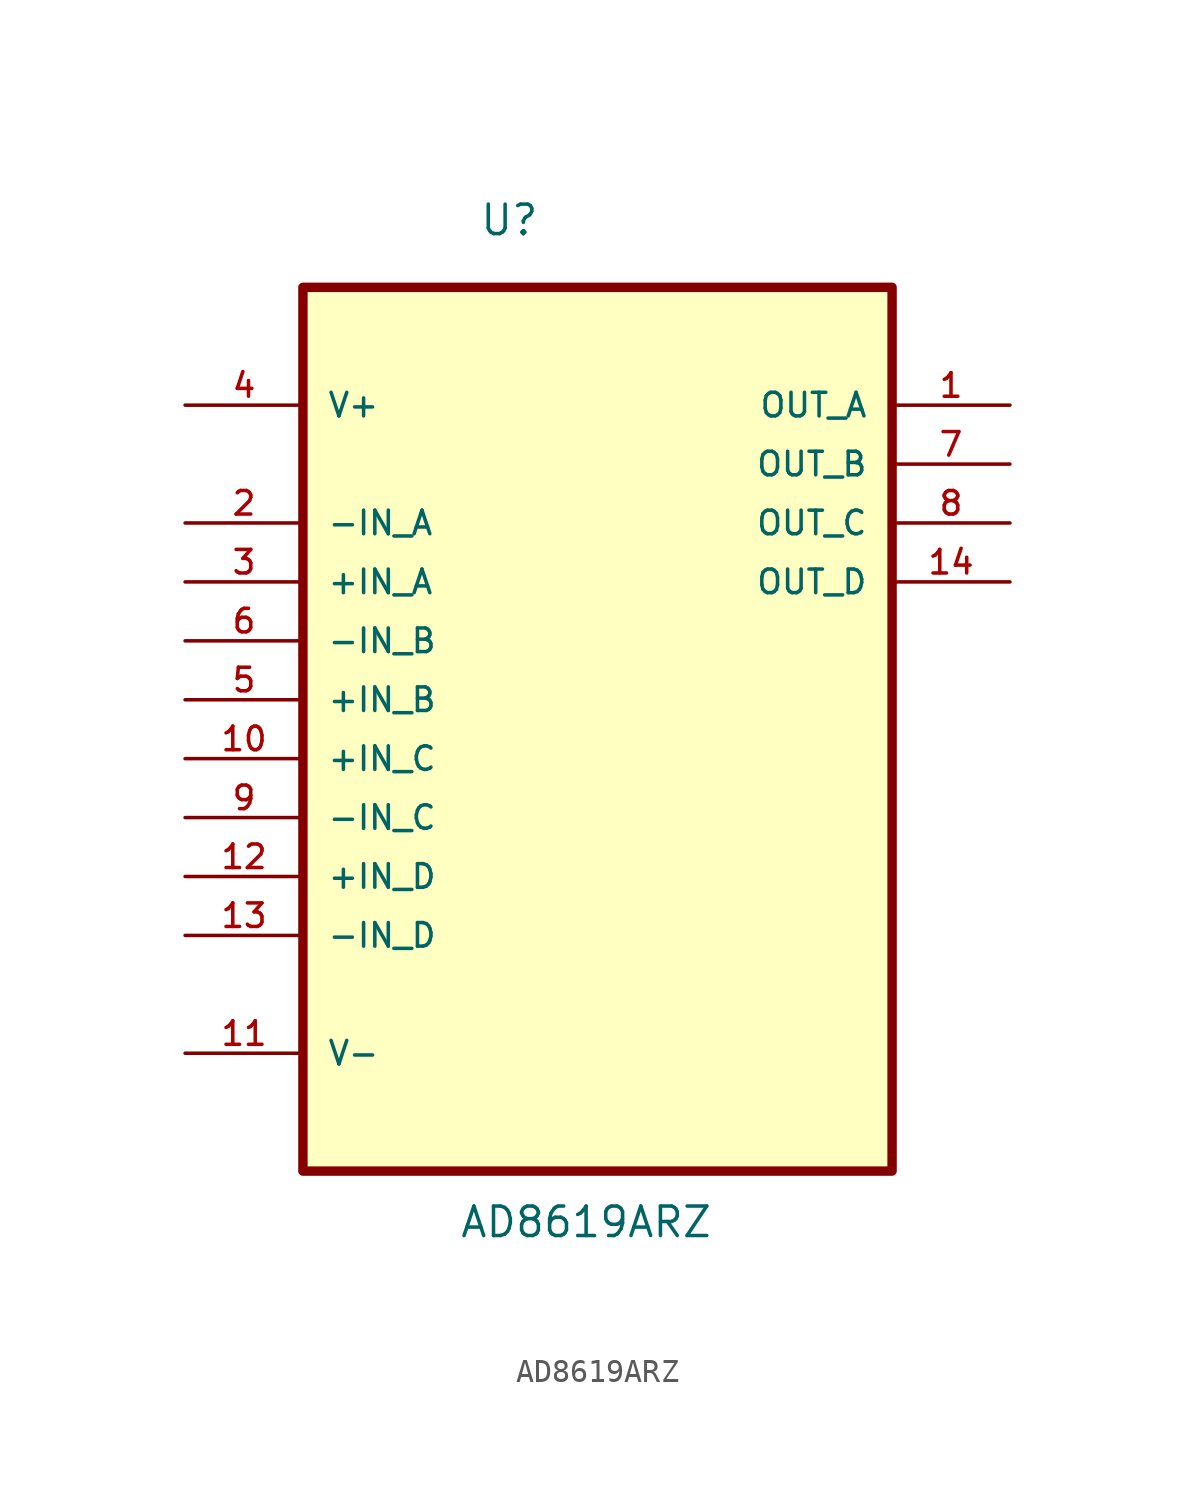
<source format=kicad_sym>
(kicad_symbol_lib
  (version 20211014)
  (generator kicad_symbol_editor)
  (symbol "AD8619ARZ"
    (pin_names
      (offset 1.016))
    (property "Reference" "U"
      (at -5.111 17.394 0.0)
      (effects (font (size 1.27 1.27)) (justify bottom left)))
    (property "Value" "AD8619ARZ"
      (at -5.974 -25.801 0.0)
      (effects (font (size 1.27 1.27)) (justify bottom left)))
    (symbol "AD8619ARZ_0_0"
      (rectangle (start -12.7 -22.86) (end 12.7 15.24) (stroke (width 0.406)) (fill (type background)))
      (pin power_in line (at -17.78 10.16 0) (length 5.08) (name "V+" (effects (font (size 1.016 1.016)))) (number "4" (effects (font (size 1.016 1.016)))))
      (pin input line (at -17.78 5.08 0) (length 5.08) (name "-IN_A" (effects (font (size 1.016 1.016)))) (number "2" (effects (font (size 1.016 1.016)))))
      (pin input line (at -17.78 2.54 0) (length 5.08) (name "+IN_A" (effects (font (size 1.016 1.016)))) (number "3" (effects (font (size 1.016 1.016)))))
      (pin input line (at -17.78 0.0 0) (length 5.08) (name "-IN_B" (effects (font (size 1.016 1.016)))) (number "6" (effects (font (size 1.016 1.016)))))
      (pin input line (at -17.78 -2.54 0) (length 5.08) (name "+IN_B" (effects (font (size 1.016 1.016)))) (number "5" (effects (font (size 1.016 1.016)))))
      (pin input line (at -17.78 -5.08 0) (length 5.08) (name "+IN_C" (effects (font (size 1.016 1.016)))) (number "10" (effects (font (size 1.016 1.016)))))
      (pin input line (at -17.78 -7.62 0) (length 5.08) (name "-IN_C" (effects (font (size 1.016 1.016)))) (number "9" (effects (font (size 1.016 1.016)))))
      (pin input line (at -17.78 -10.16 0) (length 5.08) (name "+IN_D" (effects (font (size 1.016 1.016)))) (number "12" (effects (font (size 1.016 1.016)))))
      (pin input line (at -17.78 -12.7 0) (length 5.08) (name "-IN_D" (effects (font (size 1.016 1.016)))) (number "13" (effects (font (size 1.016 1.016)))))
      (pin power_in line (at -17.78 -17.78 0) (length 5.08) (name "V-" (effects (font (size 1.016 1.016)))) (number "11" (effects (font (size 1.016 1.016)))))
      (pin output line (at 17.78 10.16 180.0) (length 5.08) (name "OUT_A" (effects (font (size 1.016 1.016)))) (number "1" (effects (font (size 1.016 1.016)))))
      (pin output line (at 17.78 7.62 180.0) (length 5.08) (name "OUT_B" (effects (font (size 1.016 1.016)))) (number "7" (effects (font (size 1.016 1.016)))))
      (pin output line (at 17.78 5.08 180.0) (length 5.08) (name "OUT_C" (effects (font (size 1.016 1.016)))) (number "8" (effects (font (size 1.016 1.016)))))
      (pin output line (at 17.78 2.54 180.0) (length 5.08) (name "OUT_D" (effects (font (size 1.016 1.016)))) (number "14" (effects (font (size 1.016 1.016))))))))
</source>
